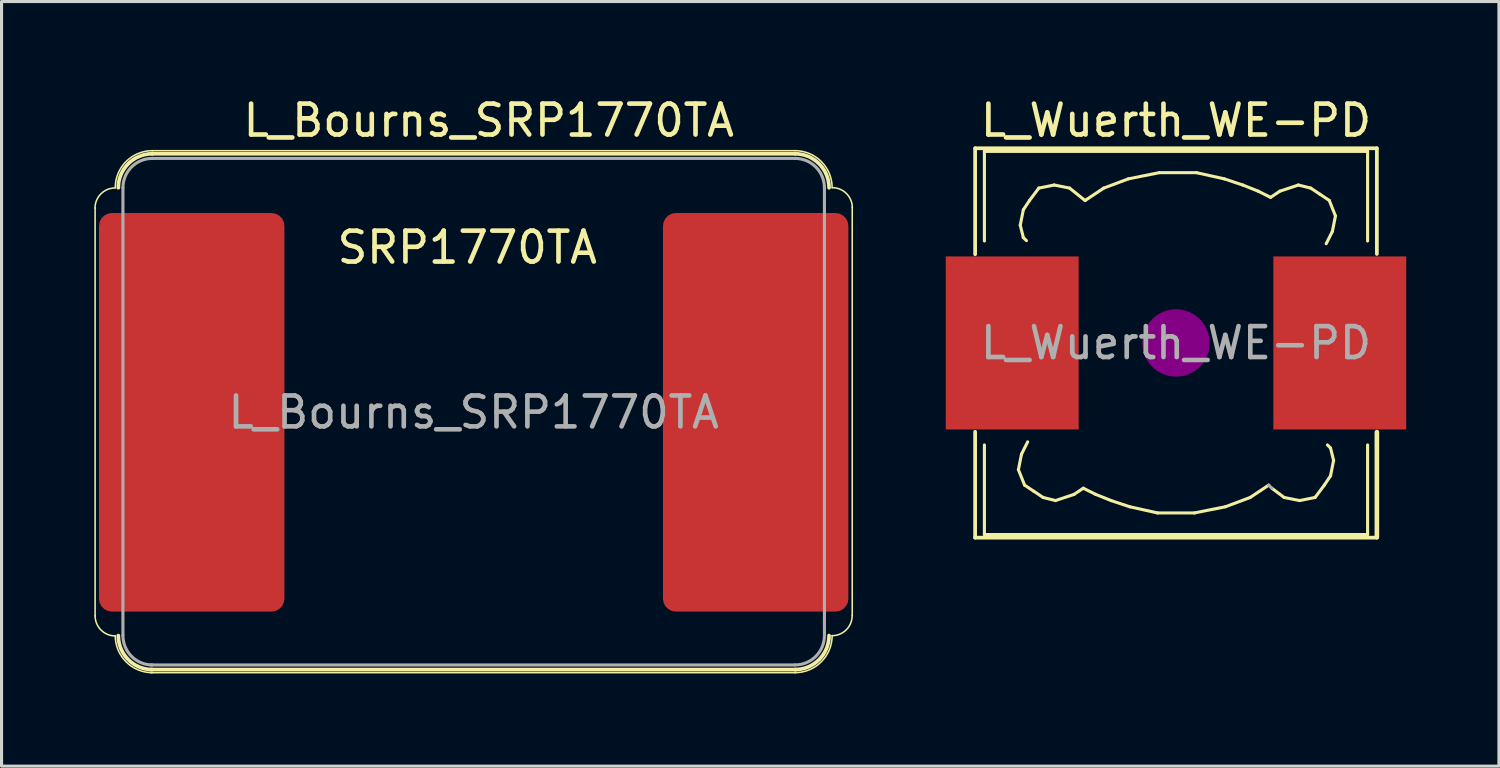
<source format=kicad_pcb>
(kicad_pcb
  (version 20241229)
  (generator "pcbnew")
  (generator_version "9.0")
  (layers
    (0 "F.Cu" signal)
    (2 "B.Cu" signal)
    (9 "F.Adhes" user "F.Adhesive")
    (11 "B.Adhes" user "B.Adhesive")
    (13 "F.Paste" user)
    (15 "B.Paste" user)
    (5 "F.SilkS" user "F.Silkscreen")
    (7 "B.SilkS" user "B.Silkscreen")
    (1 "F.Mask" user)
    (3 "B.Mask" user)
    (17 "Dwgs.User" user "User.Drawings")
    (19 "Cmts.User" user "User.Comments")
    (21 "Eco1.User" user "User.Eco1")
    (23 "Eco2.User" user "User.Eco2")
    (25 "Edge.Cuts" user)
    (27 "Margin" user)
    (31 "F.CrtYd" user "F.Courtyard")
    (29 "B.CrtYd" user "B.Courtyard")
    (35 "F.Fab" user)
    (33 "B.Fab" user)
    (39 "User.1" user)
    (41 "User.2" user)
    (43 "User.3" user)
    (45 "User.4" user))
  (footprint "L_Bourns_SRP1770TA"
    (layer "F.Cu")
    (at 12.278 10.292)
    (property "Reference" "L_Bourns_SRP1770TA" (at 0.488 -9.444 0) (layer "F.SilkS") (effects (font (size 1 1) (thickness 0.15))))
    (attr smd)
    (fp_line (start -12.25 6.586) (end -12.25 -6.609) (stroke (width 0.05) (type solid)) (layer "F.SilkS"))
    (fp_line (start -10.4 -8.466) (end 10.4 -8.466) (stroke (width 0.05) (type solid)) (layer "F.SilkS"))
    (fp_line (start -10.4 -8.366) (end 10.4 -8.366) (stroke (width 0.12) (type solid)) (layer "F.SilkS"))
    (fp_line (start 10.414 8.426) (end -10.451 8.426) (stroke (width 0.05) (type solid)) (layer "F.SilkS"))
    (fp_line (start 10.424 8.326) (end -10.451 8.326) (stroke (width 0.12) (type solid)) (layer "F.SilkS"))
    (fp_line (start 12.25 -6.645) (end 12.25 6.574) (stroke (width 0.05) (type solid)) (layer "F.SilkS"))
    (fp_arc (start -12.25272 -6.60932) (mid -12.062339 -7.068939) (end -11.60272 -7.25932) (stroke (width 0.05) (type solid)) (layer "F.SilkS"))
    (fp_arc (start -11.6 -7.26616) (mid -11.248528 -8.114688) (end -10.4 -8.46616) (stroke (width 0.05) (type solid)) (layer "F.SilkS"))
    (fp_arc (start -11.6 7.23568) (mid -12.059619 7.045299) (end -12.25 6.58568) (stroke (width 0.05) (type solid)) (layer "F.SilkS"))
    (fp_arc (start -11.5 -7.26616) (mid -11.177817 -8.043977) (end -10.4 -8.36616) (stroke (width 0.12) (type solid)) (layer "F.SilkS"))
    (fp_arc (start -10.4 8.32552) (mid -11.177817 8.003337) (end -11.5 7.22552) (stroke (width 0.12) (type solid)) (layer "F.SilkS"))
    (fp_arc (start -10.4 8.42552) (mid -11.248528 8.074048) (end -11.6 7.22552) (stroke (width 0.05) (type solid)) (layer "F.SilkS"))
    (fp_arc (start 10.4 -8.46616) (mid 11.248528 -8.114688) (end 11.6 -7.26616) (stroke (width 0.05) (type solid)) (layer "F.SilkS"))
    (fp_arc (start 10.4 -8.36616) (mid 11.177817 -8.043977) (end 11.5 -7.26616) (stroke (width 0.12) (type solid)) (layer "F.SilkS"))
    (fp_arc (start 11.5 7.22552) (mid 11.177817 8.003337) (end 10.4 8.32552) (stroke (width 0.12) (type solid)) (layer "F.SilkS"))
    (fp_arc (start 11.6 7.22552) (mid 11.248528 8.074048) (end 10.4 8.42552) (stroke (width 0.05) (type solid)) (layer "F.SilkS"))
    (fp_arc (start 11.60272 -7.26948) (mid 12.062339 -7.079099) (end 12.25272 -6.61948) (stroke (width 0.05) (type solid)) (layer "F.SilkS"))
    (fp_arc (start 12.24764 6.57884) (mid 12.057259 7.038459) (end 11.59764 7.22884) (stroke (width 0.05) (type solid)) (layer "F.SilkS"))
    (fp_line (start -11.35 -7.259) (end -11.35 7.209) (stroke (width 0.1) (type solid)) (layer "F.Fab"))
    (fp_line (start -10.4 -8.216) (end 10.4 -8.216) (stroke (width 0.1) (type solid)) (layer "F.Fab"))
    (fp_line (start 10.399 8.176) (end -10.451 8.176) (stroke (width 0.1) (type solid)) (layer "F.Fab"))
    (fp_line (start 11.35 -7.28) (end 11.35 7.188) (stroke (width 0.1) (type solid)) (layer "F.Fab"))
    (fp_arc (start -11.35 -7.26616) (mid -11.071751 -7.937911) (end -10.4 -8.21616) (stroke (width 0.1) (type solid)) (layer "F.Fab"))
    (fp_arc (start -10.4 8.17552) (mid -11.071751 7.897271) (end -11.35 7.22552) (stroke (width 0.1) (type solid)) (layer "F.Fab"))
    (fp_arc (start 10.4 -8.21616) (mid 11.071751 -7.937911) (end 11.35 -7.26616) (stroke (width 0.1) (type solid)) (layer "F.Fab"))
    (fp_arc (start 11.35 7.22552) (mid 11.071751 7.897271) (end 10.4 8.17552) (stroke (width 0.1) (type solid)) (layer "F.Fab"))
    (fp_text user "SRP1770TA" (at -0.208 -5.334 0) (layer "F.SilkS") (effects (font (size 1 1) (thickness 0.15))))
    (fp_text user "${REFERENCE}" (at 0 0 0) (layer "F.Fab") (effects (font (size 1 1) (thickness 0.15))))
    (pad "1" smd roundrect (at -9.125 0) (size 6 12.9) (layers "F.Cu" "F.Mask" "F.Paste") (roundrect_rratio 0.07))
    (pad "2" smd roundrect (at 9.125 0) (size 6 12.9) (layers "F.Cu" "F.Mask" "F.Paste") (roundrect_rratio 0.07)))
  (footprint "L_Wuerth_WE-PD"
    (layer "F.Cu")
    (at 35.005 8.048)
    (property "Reference" "L_Wuerth_WE-PD" (at 0 -7.2 0) (layer "F.SilkS") (effects (font (size 1 1) (thickness 0.15))))
    (attr smd)
    (fp_line (start -6.5 -2.87) (end -6.5 -6.3) (stroke (width 0.12) (type solid)) (layer "F.SilkS"))
    (fp_line (start -6.5 6.3) (end -6.5 2.875) (stroke (width 0.12) (type solid)) (layer "F.SilkS"))
    (fp_line (start -6.497 -6.3) (end 6.497 -6.3) (stroke (width 0.12) (type solid)) (layer "F.SilkS"))
    (fp_line (start -6.2 -6.2) (end -6.2 -3.3) (stroke (width 0.1) (type solid)) (layer "F.SilkS"))
    (fp_line (start -6.2 3.3) (end -6.2 6.2) (stroke (width 0.1) (type solid)) (layer "F.SilkS"))
    (fp_line (start -6.2 6.2) (end 6.2 6.2) (stroke (width 0.1) (type solid)) (layer "F.SilkS"))
    (fp_line (start -5.1 4.1) (end -5 3.6) (stroke (width 0.1) (type solid)) (layer "F.SilkS"))
    (fp_line (start -5.04 -3.811) (end -4.94 -4.311) (stroke (width 0.1) (type solid)) (layer "F.SilkS"))
    (fp_line (start -5 3.6) (end -4.8 3.2) (stroke (width 0.1) (type solid)) (layer "F.SilkS"))
    (fp_line (start -4.94 -4.311) (end -4.74 -4.611) (stroke (width 0.1) (type solid)) (layer "F.SilkS"))
    (fp_line (start -4.94 -3.411) (end -5.04 -3.811) (stroke (width 0.1) (type solid)) (layer "F.SilkS"))
    (fp_line (start -4.9 4.6) (end -5.1 4.1) (stroke (width 0.1) (type solid)) (layer "F.SilkS"))
    (fp_line (start -4.84 -3.311) (end -4.94 -3.411) (stroke (width 0.1) (type solid)) (layer "F.SilkS"))
    (fp_line (start -4.74 -4.611) (end -4.44 -5.011) (stroke (width 0.1) (type solid)) (layer "F.SilkS"))
    (fp_line (start -4.6 4.8) (end -4.9 4.6) (stroke (width 0.1) (type solid)) (layer "F.SilkS"))
    (fp_line (start -4.44 -5.011) (end -3.94 -5.111) (stroke (width 0.1) (type solid)) (layer "F.SilkS"))
    (fp_line (start -4.3 5) (end -4.6 4.8) (stroke (width 0.1) (type solid)) (layer "F.SilkS"))
    (fp_line (start -3.94 -5.111) (end -3.44 -5.011) (stroke (width 0.1) (type solid)) (layer "F.SilkS"))
    (fp_line (start -3.9 5.1) (end -4.3 5) (stroke (width 0.1) (type solid)) (layer "F.SilkS"))
    (fp_line (start -3.443 -5.011) (end -2.941 -4.608) (stroke (width 0.1) (type solid)) (layer "F.SilkS"))
    (fp_line (start -3.3 4.9) (end -3.9 5.1) (stroke (width 0.1) (type solid)) (layer "F.SilkS"))
    (fp_line (start -3 4.7) (end -3.3 4.9) (stroke (width 0.1) (type solid)) (layer "F.SilkS"))
    (fp_line (start -2.94 -4.611) (end -2.34 -5.011) (stroke (width 0.1) (type solid)) (layer "F.SilkS"))
    (fp_line (start -2.6 4.9) (end -3 4.7) (stroke (width 0.1) (type solid)) (layer "F.SilkS"))
    (fp_line (start -2.34 -5.011) (end -1.54 -5.311) (stroke (width 0.1) (type solid)) (layer "F.SilkS"))
    (fp_line (start -2.1 5.1) (end -2.6 4.9) (stroke (width 0.1) (type solid)) (layer "F.SilkS"))
    (fp_line (start -1.54 -5.311) (end -0.54 -5.511) (stroke (width 0.1) (type solid)) (layer "F.SilkS"))
    (fp_line (start -1.5 5.3) (end -2.1 5.1) (stroke (width 0.1) (type solid)) (layer "F.SilkS"))
    (fp_line (start -0.6 5.5) (end -1.5 5.3) (stroke (width 0.1) (type solid)) (layer "F.SilkS"))
    (fp_line (start -0.54 -5.511) (end 0.66 -5.511) (stroke (width 0.1) (type solid)) (layer "F.SilkS"))
    (fp_line (start 0.6 5.5) (end -0.6 5.5) (stroke (width 0.1) (type solid)) (layer "F.SilkS"))
    (fp_line (start 0.66 -5.511) (end 1.56 -5.311) (stroke (width 0.1) (type solid)) (layer "F.SilkS"))
    (fp_line (start 1.56 -5.311) (end 2.16 -5.111) (stroke (width 0.1) (type solid)) (layer "F.SilkS"))
    (fp_line (start 1.6 5.3) (end 0.6 5.5) (stroke (width 0.1) (type solid)) (layer "F.SilkS"))
    (fp_line (start 2.16 -5.111) (end 2.66 -4.911) (stroke (width 0.1) (type solid)) (layer "F.SilkS"))
    (fp_line (start 2.4 5) (end 1.6 5.3) (stroke (width 0.1) (type solid)) (layer "F.SilkS"))
    (fp_line (start 2.66 -4.911) (end 3.06 -4.711) (stroke (width 0.1) (type solid)) (layer "F.SilkS"))
    (fp_line (start 3 4.6) (end 2.4 5) (stroke (width 0.1) (type solid)) (layer "F.SilkS"))
    (fp_line (start 3.06 -4.711) (end 3.36 -4.911) (stroke (width 0.1) (type solid)) (layer "F.SilkS"))
    (fp_line (start 3.36 -4.911) (end 3.96 -5.111) (stroke (width 0.1) (type solid)) (layer "F.SilkS"))
    (fp_line (start 3.5 5) (end 3.1 4.7) (stroke (width 0.1) (type solid)) (layer "F.SilkS"))
    (fp_line (start 3.96 -5.111) (end 4.36 -5.011) (stroke (width 0.1) (type solid)) (layer "F.SilkS"))
    (fp_line (start 4 5.1) (end 3.5 5) (stroke (width 0.1) (type solid)) (layer "F.SilkS"))
    (fp_line (start 4.36 -5.011) (end 4.66 -4.811) (stroke (width 0.1) (type solid)) (layer "F.SilkS"))
    (fp_line (start 4.5 5) (end 4 5.1) (stroke (width 0.1) (type solid)) (layer "F.SilkS"))
    (fp_line (start 4.66 -4.811) (end 4.96 -4.611) (stroke (width 0.1) (type solid)) (layer "F.SilkS"))
    (fp_line (start 4.8 4.6) (end 4.5 5) (stroke (width 0.1) (type solid)) (layer "F.SilkS"))
    (fp_line (start 4.9 3.3) (end 5 3.4) (stroke (width 0.1) (type solid)) (layer "F.SilkS"))
    (fp_line (start 4.96 -4.611) (end 5.16 -4.111) (stroke (width 0.1) (type solid)) (layer "F.SilkS"))
    (fp_line (start 5 3.4) (end 5.1 3.8) (stroke (width 0.1) (type solid)) (layer "F.SilkS"))
    (fp_line (start 5 4.3) (end 4.8 4.6) (stroke (width 0.1) (type solid)) (layer "F.SilkS"))
    (fp_line (start 5.06 -3.611) (end 4.86 -3.211) (stroke (width 0.1) (type solid)) (layer "F.SilkS"))
    (fp_line (start 5.1 3.8) (end 5 4.3) (stroke (width 0.1) (type solid)) (layer "F.SilkS"))
    (fp_line (start 5.16 -4.111) (end 5.06 -3.611) (stroke (width 0.1) (type solid)) (layer "F.SilkS"))
    (fp_line (start 6.2 -6.2) (end -6.2 -6.2) (stroke (width 0.1) (type solid)) (layer "F.SilkS"))
    (fp_line (start 6.2 -6.2) (end 6.2 -3.3) (stroke (width 0.1) (type solid)) (layer "F.SilkS"))
    (fp_line (start 6.2 6.2) (end 6.2 3.3) (stroke (width 0.1) (type solid)) (layer "F.SilkS"))
    (fp_line (start 6.5 -6.3) (end 6.5 -2.88) (stroke (width 0.12) (type solid)) (layer "F.SilkS"))
    (fp_line (start 6.5 2.885) (end 6.5 6.284) (stroke (width 0.15) (type solid)) (layer "F.SilkS"))
    (fp_line (start 6.507 6.3) (end -6.502 6.3) (stroke (width 0.12) (type solid)) (layer "F.SilkS"))
    (fp_circle (center 0 0) (end 0.15 0.15) (stroke (width 0.38) (type solid)) (fill no) (layer "F.Adhes"))
    (fp_circle (center 0 0) (end 0.55 0) (stroke (width 0.38) (type solid)) (fill no) (layer "F.Adhes"))
    (fp_circle (center 0 0) (end 0.9 0) (stroke (width 0.38) (type solid)) (fill no) (layer "F.Adhes"))
    (fp_line (start 3.1 4.7) (end 3 4.6) (stroke (width 0.1) (type solid)) (layer "F.Fab"))
    (fp_text user "${REFERENCE}" (at 0 0 0) (layer "F.Fab") (effects (font (size 1 1) (thickness 0.15))))
    (pad "1" smd rect (at -5.3 0) (size 4.3 5.6) (layers "F.Cu" "F.Mask" "F.Paste"))
    (pad "2" smd rect (at 5.3 0) (size 4.3 5.6) (layers "F.Cu" "F.Mask" "F.Paste")))
  (gr_rect
    (start -3 -3)
    (end 45.455 21.742)
    (stroke (width 0.1) (type default))
    (fill no)
    (layer "Edge.Cuts")))
</source>
